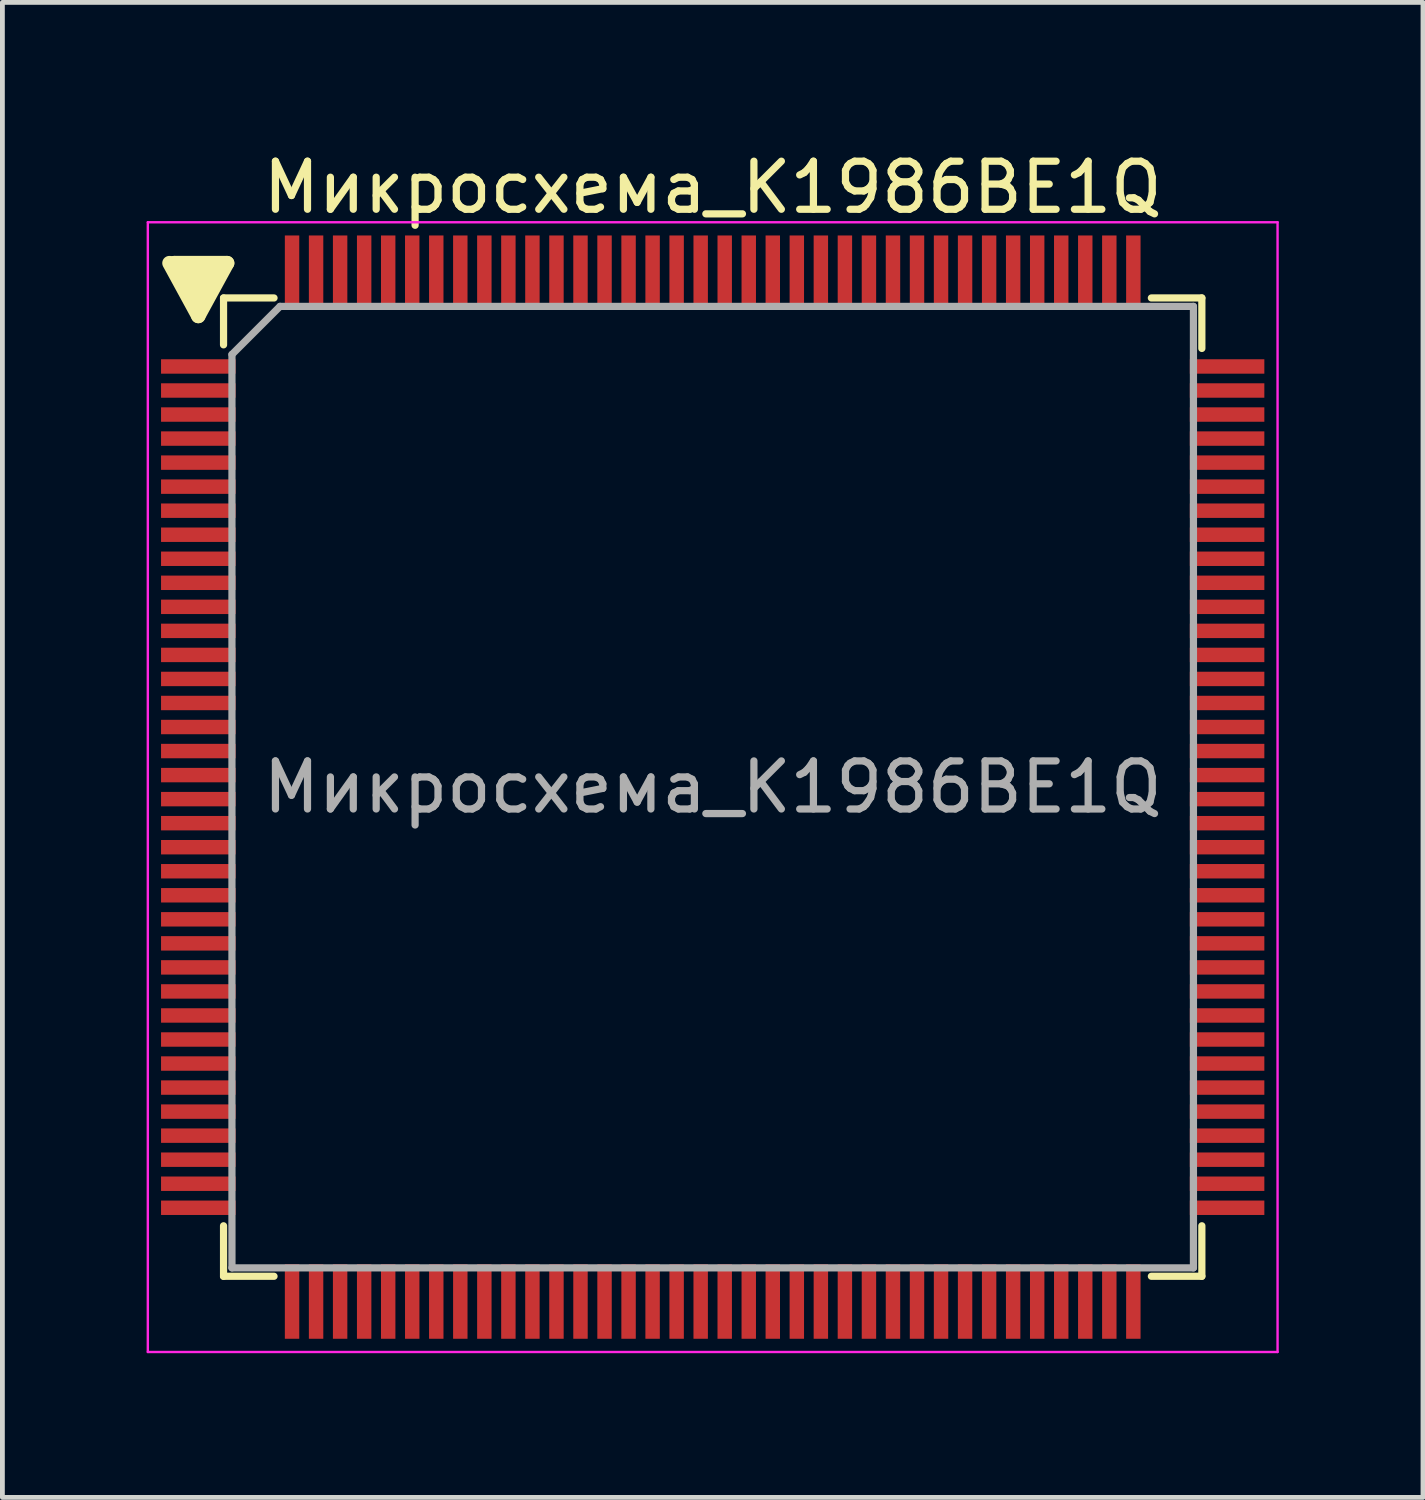
<source format=kicad_pcb>
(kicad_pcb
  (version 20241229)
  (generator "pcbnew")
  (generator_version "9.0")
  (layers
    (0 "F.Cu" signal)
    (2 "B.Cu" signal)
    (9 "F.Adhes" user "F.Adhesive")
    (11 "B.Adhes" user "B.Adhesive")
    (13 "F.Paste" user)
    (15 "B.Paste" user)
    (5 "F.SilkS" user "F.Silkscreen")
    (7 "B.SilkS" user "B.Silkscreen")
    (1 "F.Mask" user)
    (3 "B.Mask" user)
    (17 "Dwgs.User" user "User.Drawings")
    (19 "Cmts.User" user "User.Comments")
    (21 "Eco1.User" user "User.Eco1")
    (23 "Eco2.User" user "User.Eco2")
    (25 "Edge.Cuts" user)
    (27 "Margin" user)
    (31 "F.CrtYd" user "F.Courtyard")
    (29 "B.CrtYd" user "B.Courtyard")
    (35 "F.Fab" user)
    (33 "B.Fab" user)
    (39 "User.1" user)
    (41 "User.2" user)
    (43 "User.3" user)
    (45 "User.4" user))
  (footprint "Микросхема_К1986ВЕ1Q"
    (layer "F.Cu")
    (at 11.775 13.323)
    (property "Reference" "Микросхема_К1986ВЕ1Q" (at 0 -12.475 0) (layer "F.SilkS") (effects (font (size 1 1) (thickness 0.15))))
    (attr smd)
    (fp_line (start -11.3 -10.9) (end -10.7 -9.8) (stroke (width 0.3) (type solid)) (layer "F.SilkS"))
    (fp_line (start -11.2 -10.9) (end -10.7 -10.1) (stroke (width 0.3) (type solid)) (layer "F.SilkS"))
    (fp_line (start -10.9 -10.7) (end -10.6 -10.4) (stroke (width 0.3) (type solid)) (layer "F.SilkS"))
    (fp_line (start -10.7 -10.1) (end -10.4 -10.7) (stroke (width 0.3) (type solid)) (layer "F.SilkS"))
    (fp_line (start -10.7 -9.8) (end -10.1 -10.9) (stroke (width 0.3) (type solid)) (layer "F.SilkS"))
    (fp_line (start -10.4 -10.7) (end -10.9 -10.7) (stroke (width 0.3) (type solid)) (layer "F.SilkS"))
    (fp_line (start -10.175 -10.175) (end -10.175 -9.2) (stroke (width 0.15) (type solid)) (layer "F.SilkS"))
    (fp_line (start -10.175 -10.175) (end -9.125 -10.175) (stroke (width 0.15) (type solid)) (layer "F.SilkS"))
    (fp_line (start -10.175 10.175) (end -10.175 9.125) (stroke (width 0.15) (type solid)) (layer "F.SilkS"))
    (fp_line (start -10.175 10.175) (end -9.125 10.175) (stroke (width 0.15) (type solid)) (layer "F.SilkS"))
    (fp_line (start -10.1 -10.9) (end -11.2 -10.9) (stroke (width 0.3) (type solid)) (layer "F.SilkS"))
    (fp_line (start 10.175 -10.175) (end 9.125 -10.175) (stroke (width 0.15) (type solid)) (layer "F.SilkS"))
    (fp_line (start 10.175 -10.175) (end 10.175 -9.125) (stroke (width 0.15) (type solid)) (layer "F.SilkS"))
    (fp_line (start 10.175 10.175) (end 9.125 10.175) (stroke (width 0.15) (type solid)) (layer "F.SilkS"))
    (fp_line (start 10.175 10.175) (end 10.175 9.125) (stroke (width 0.15) (type solid)) (layer "F.SilkS"))
    (fp_line (start -11.75 -11.75) (end -11.75 11.75) (stroke (width 0.05) (type solid)) (layer "F.CrtYd"))
    (fp_line (start -11.75 -11.75) (end 11.75 -11.75) (stroke (width 0.05) (type solid)) (layer "F.CrtYd"))
    (fp_line (start -11.75 11.75) (end 11.75 11.75) (stroke (width 0.05) (type solid)) (layer "F.CrtYd"))
    (fp_line (start 11.75 -11.75) (end 11.75 11.75) (stroke (width 0.05) (type solid)) (layer "F.CrtYd"))
    (fp_line (start -10 -9) (end -9 -10) (stroke (width 0.15) (type solid)) (layer "F.Fab"))
    (fp_line (start -10 10) (end -10 -9) (stroke (width 0.15) (type solid)) (layer "F.Fab"))
    (fp_line (start -9 -10) (end 10 -10) (stroke (width 0.15) (type solid)) (layer "F.Fab"))
    (fp_line (start 10 -10) (end 10 10) (stroke (width 0.15) (type solid)) (layer "F.Fab"))
    (fp_line (start 10 10) (end -10 10) (stroke (width 0.15) (type solid)) (layer "F.Fab"))
    (fp_text user "${REFERENCE}" (at 0 0 0) (layer "F.Fab") (effects (font (size 1 1) (thickness 0.15))))
    (pad "1" smd rect (at -10.7 -8.75) (size 1.55 0.3) (layers "F.Cu" "F.Mask" "F.Paste"))
    (pad "2" smd rect (at -10.7 -8.25) (size 1.55 0.3) (layers "F.Cu" "F.Mask" "F.Paste"))
    (pad "3" smd rect (at -10.7 -7.75) (size 1.55 0.3) (layers "F.Cu" "F.Mask" "F.Paste"))
    (pad "4" smd rect (at -10.7 -7.25) (size 1.55 0.3) (layers "F.Cu" "F.Mask" "F.Paste"))
    (pad "5" smd rect (at -10.7 -6.75) (size 1.55 0.3) (layers "F.Cu" "F.Mask" "F.Paste"))
    (pad "6" smd rect (at -10.7 -6.25) (size 1.55 0.3) (layers "F.Cu" "F.Mask" "F.Paste"))
    (pad "7" smd rect (at -10.7 -5.75) (size 1.55 0.3) (layers "F.Cu" "F.Mask" "F.Paste"))
    (pad "8" smd rect (at -10.7 -5.25) (size 1.55 0.3) (layers "F.Cu" "F.Mask" "F.Paste"))
    (pad "9" smd rect (at -10.7 -4.75) (size 1.55 0.3) (layers "F.Cu" "F.Mask" "F.Paste"))
    (pad "10" smd rect (at -10.7 -4.25) (size 1.55 0.3) (layers "F.Cu" "F.Mask" "F.Paste"))
    (pad "11" smd rect (at -10.7 -3.75) (size 1.55 0.3) (layers "F.Cu" "F.Mask" "F.Paste"))
    (pad "12" smd rect (at -10.7 -3.25) (size 1.55 0.3) (layers "F.Cu" "F.Mask" "F.Paste"))
    (pad "13" smd rect (at -10.7 -2.75) (size 1.55 0.3) (layers "F.Cu" "F.Mask" "F.Paste"))
    (pad "14" smd rect (at -10.7 -2.25) (size 1.55 0.3) (layers "F.Cu" "F.Mask" "F.Paste"))
    (pad "15" smd rect (at -10.7 -1.75) (size 1.55 0.3) (layers "F.Cu" "F.Mask" "F.Paste"))
    (pad "16" smd rect (at -10.7 -1.25) (size 1.55 0.3) (layers "F.Cu" "F.Mask" "F.Paste"))
    (pad "17" smd rect (at -10.7 -0.75) (size 1.55 0.3) (layers "F.Cu" "F.Mask" "F.Paste"))
    (pad "18" smd rect (at -10.7 -0.25) (size 1.55 0.3) (layers "F.Cu" "F.Mask" "F.Paste"))
    (pad "19" smd rect (at -10.7 0.25) (size 1.55 0.3) (layers "F.Cu" "F.Mask" "F.Paste"))
    (pad "20" smd rect (at -10.7 0.75) (size 1.55 0.3) (layers "F.Cu" "F.Mask" "F.Paste"))
    (pad "21" smd rect (at -10.7 1.25) (size 1.55 0.3) (layers "F.Cu" "F.Mask" "F.Paste"))
    (pad "22" smd rect (at -10.7 1.75) (size 1.55 0.3) (layers "F.Cu" "F.Mask" "F.Paste"))
    (pad "23" smd rect (at -10.7 2.25) (size 1.55 0.3) (layers "F.Cu" "F.Mask" "F.Paste"))
    (pad "24" smd rect (at -10.7 2.75) (size 1.55 0.3) (layers "F.Cu" "F.Mask" "F.Paste"))
    (pad "25" smd rect (at -10.7 3.25) (size 1.55 0.3) (layers "F.Cu" "F.Mask" "F.Paste"))
    (pad "26" smd rect (at -10.7 3.75) (size 1.55 0.3) (layers "F.Cu" "F.Mask" "F.Paste"))
    (pad "27" smd rect (at -10.7 4.25) (size 1.55 0.3) (layers "F.Cu" "F.Mask" "F.Paste"))
    (pad "28" smd rect (at -10.7 4.75) (size 1.55 0.3) (layers "F.Cu" "F.Mask" "F.Paste"))
    (pad "29" smd rect (at -10.7 5.25) (size 1.55 0.3) (layers "F.Cu" "F.Mask" "F.Paste"))
    (pad "30" smd rect (at -10.7 5.75) (size 1.55 0.3) (layers "F.Cu" "F.Mask" "F.Paste"))
    (pad "31" smd rect (at -10.7 6.25) (size 1.55 0.3) (layers "F.Cu" "F.Mask" "F.Paste"))
    (pad "32" smd rect (at -10.7 6.75) (size 1.55 0.3) (layers "F.Cu" "F.Mask" "F.Paste"))
    (pad "33" smd rect (at -10.7 7.25) (size 1.55 0.3) (layers "F.Cu" "F.Mask" "F.Paste"))
    (pad "34" smd rect (at -10.7 7.75) (size 1.55 0.3) (layers "F.Cu" "F.Mask" "F.Paste"))
    (pad "35" smd rect (at -10.7 8.25) (size 1.55 0.3) (layers "F.Cu" "F.Mask" "F.Paste"))
    (pad "36" smd rect (at -10.7 8.75) (size 1.55 0.3) (layers "F.Cu" "F.Mask" "F.Paste"))
    (pad "37" smd rect (at -8.75 10.7 90) (size 1.55 0.3) (layers "F.Cu" "F.Mask" "F.Paste"))
    (pad "38" smd rect (at -8.25 10.7 90) (size 1.55 0.3) (layers "F.Cu" "F.Mask" "F.Paste"))
    (pad "39" smd rect (at -7.75 10.7 90) (size 1.55 0.3) (layers "F.Cu" "F.Mask" "F.Paste"))
    (pad "40" smd rect (at -7.25 10.7 90) (size 1.55 0.3) (layers "F.Cu" "F.Mask" "F.Paste"))
    (pad "41" smd rect (at -6.75 10.7 90) (size 1.55 0.3) (layers "F.Cu" "F.Mask" "F.Paste"))
    (pad "42" smd rect (at -6.25 10.7 90) (size 1.55 0.3) (layers "F.Cu" "F.Mask" "F.Paste"))
    (pad "43" smd rect (at -5.75 10.7 90) (size 1.55 0.3) (layers "F.Cu" "F.Mask" "F.Paste"))
    (pad "44" smd rect (at -5.25 10.7 90) (size 1.55 0.3) (layers "F.Cu" "F.Mask" "F.Paste"))
    (pad "45" smd rect (at -4.75 10.7 90) (size 1.55 0.3) (layers "F.Cu" "F.Mask" "F.Paste"))
    (pad "46" smd rect (at -4.25 10.7 90) (size 1.55 0.3) (layers "F.Cu" "F.Mask" "F.Paste"))
    (pad "47" smd rect (at -3.75 10.7 90) (size 1.55 0.3) (layers "F.Cu" "F.Mask" "F.Paste"))
    (pad "48" smd rect (at -3.25 10.7 90) (size 1.55 0.3) (layers "F.Cu" "F.Mask" "F.Paste"))
    (pad "49" smd rect (at -2.75 10.7 90) (size 1.55 0.3) (layers "F.Cu" "F.Mask" "F.Paste"))
    (pad "50" smd rect (at -2.25 10.7 90) (size 1.55 0.3) (layers "F.Cu" "F.Mask" "F.Paste"))
    (pad "51" smd rect (at -1.75 10.7 90) (size 1.55 0.3) (layers "F.Cu" "F.Mask" "F.Paste"))
    (pad "52" smd rect (at -1.25 10.7 90) (size 1.55 0.3) (layers "F.Cu" "F.Mask" "F.Paste"))
    (pad "53" smd rect (at -0.75 10.7 90) (size 1.55 0.3) (layers "F.Cu" "F.Mask" "F.Paste"))
    (pad "54" smd rect (at -0.25 10.7 90) (size 1.55 0.3) (layers "F.Cu" "F.Mask" "F.Paste"))
    (pad "55" smd rect (at 0.25 10.7 90) (size 1.55 0.3) (layers "F.Cu" "F.Mask" "F.Paste"))
    (pad "56" smd rect (at 0.75 10.7 90) (size 1.55 0.3) (layers "F.Cu" "F.Mask" "F.Paste"))
    (pad "57" smd rect (at 1.25 10.7 90) (size 1.55 0.3) (layers "F.Cu" "F.Mask" "F.Paste"))
    (pad "58" smd rect (at 1.75 10.7 90) (size 1.55 0.3) (layers "F.Cu" "F.Mask" "F.Paste"))
    (pad "59" smd rect (at 2.25 10.7 90) (size 1.55 0.3) (layers "F.Cu" "F.Mask" "F.Paste"))
    (pad "60" smd rect (at 2.75 10.7 90) (size 1.55 0.3) (layers "F.Cu" "F.Mask" "F.Paste"))
    (pad "61" smd rect (at 3.25 10.7 90) (size 1.55 0.3) (layers "F.Cu" "F.Mask" "F.Paste"))
    (pad "62" smd rect (at 3.75 10.7 90) (size 1.55 0.3) (layers "F.Cu" "F.Mask" "F.Paste"))
    (pad "63" smd rect (at 4.25 10.7 90) (size 1.55 0.3) (layers "F.Cu" "F.Mask" "F.Paste"))
    (pad "64" smd rect (at 4.75 10.7 90) (size 1.55 0.3) (layers "F.Cu" "F.Mask" "F.Paste"))
    (pad "65" smd rect (at 5.25 10.7 90) (size 1.55 0.3) (layers "F.Cu" "F.Mask" "F.Paste"))
    (pad "66" smd rect (at 5.75 10.7 90) (size 1.55 0.3) (layers "F.Cu" "F.Mask" "F.Paste"))
    (pad "67" smd rect (at 6.25 10.7 90) (size 1.55 0.3) (layers "F.Cu" "F.Mask" "F.Paste"))
    (pad "68" smd rect (at 6.75 10.7 90) (size 1.55 0.3) (layers "F.Cu" "F.Mask" "F.Paste"))
    (pad "69" smd rect (at 7.25 10.7 90) (size 1.55 0.3) (layers "F.Cu" "F.Mask" "F.Paste"))
    (pad "70" smd rect (at 7.75 10.7 90) (size 1.55 0.3) (layers "F.Cu" "F.Mask" "F.Paste"))
    (pad "71" smd rect (at 8.25 10.7 90) (size 1.55 0.3) (layers "F.Cu" "F.Mask" "F.Paste"))
    (pad "72" smd rect (at 8.75 10.7 90) (size 1.55 0.3) (layers "F.Cu" "F.Mask" "F.Paste"))
    (pad "73" smd rect (at 10.7 8.75) (size 1.55 0.3) (layers "F.Cu" "F.Mask" "F.Paste"))
    (pad "74" smd rect (at 10.7 8.25) (size 1.55 0.3) (layers "F.Cu" "F.Mask" "F.Paste"))
    (pad "75" smd rect (at 10.7 7.75) (size 1.55 0.3) (layers "F.Cu" "F.Mask" "F.Paste"))
    (pad "76" smd rect (at 10.7 7.25) (size 1.55 0.3) (layers "F.Cu" "F.Mask" "F.Paste"))
    (pad "77" smd rect (at 10.7 6.75) (size 1.55 0.3) (layers "F.Cu" "F.Mask" "F.Paste"))
    (pad "78" smd rect (at 10.7 6.25) (size 1.55 0.3) (layers "F.Cu" "F.Mask" "F.Paste"))
    (pad "79" smd rect (at 10.7 5.75) (size 1.55 0.3) (layers "F.Cu" "F.Mask" "F.Paste"))
    (pad "80" smd rect (at 10.7 5.25) (size 1.55 0.3) (layers "F.Cu" "F.Mask" "F.Paste"))
    (pad "81" smd rect (at 10.7 4.75) (size 1.55 0.3) (layers "F.Cu" "F.Mask" "F.Paste"))
    (pad "82" smd rect (at 10.7 4.25) (size 1.55 0.3) (layers "F.Cu" "F.Mask" "F.Paste"))
    (pad "83" smd rect (at 10.7 3.75) (size 1.55 0.3) (layers "F.Cu" "F.Mask" "F.Paste"))
    (pad "84" smd rect (at 10.7 3.25) (size 1.55 0.3) (layers "F.Cu" "F.Mask" "F.Paste"))
    (pad "85" smd rect (at 10.7 2.75) (size 1.55 0.3) (layers "F.Cu" "F.Mask" "F.Paste"))
    (pad "86" smd rect (at 10.7 2.25) (size 1.55 0.3) (layers "F.Cu" "F.Mask" "F.Paste"))
    (pad "87" smd rect (at 10.7 1.75) (size 1.55 0.3) (layers "F.Cu" "F.Mask" "F.Paste"))
    (pad "88" smd rect (at 10.7 1.25) (size 1.55 0.3) (layers "F.Cu" "F.Mask" "F.Paste"))
    (pad "89" smd rect (at 10.7 0.75) (size 1.55 0.3) (layers "F.Cu" "F.Mask" "F.Paste"))
    (pad "90" smd rect (at 10.7 0.25) (size 1.55 0.3) (layers "F.Cu" "F.Mask" "F.Paste"))
    (pad "91" smd rect (at 10.7 -0.25) (size 1.55 0.3) (layers "F.Cu" "F.Mask" "F.Paste"))
    (pad "92" smd rect (at 10.7 -0.75) (size 1.55 0.3) (layers "F.Cu" "F.Mask" "F.Paste"))
    (pad "93" smd rect (at 10.7 -1.25) (size 1.55 0.3) (layers "F.Cu" "F.Mask" "F.Paste"))
    (pad "94" smd rect (at 10.7 -1.75) (size 1.55 0.3) (layers "F.Cu" "F.Mask" "F.Paste"))
    (pad "95" smd rect (at 10.7 -2.25) (size 1.55 0.3) (layers "F.Cu" "F.Mask" "F.Paste"))
    (pad "96" smd rect (at 10.7 -2.75) (size 1.55 0.3) (layers "F.Cu" "F.Mask" "F.Paste"))
    (pad "97" smd rect (at 10.7 -3.25) (size 1.55 0.3) (layers "F.Cu" "F.Mask" "F.Paste"))
    (pad "98" smd rect (at 10.7 -3.75) (size 1.55 0.3) (layers "F.Cu" "F.Mask" "F.Paste"))
    (pad "99" smd rect (at 10.7 -4.25) (size 1.55 0.3) (layers "F.Cu" "F.Mask" "F.Paste"))
    (pad "100" smd rect (at 10.7 -4.75) (size 1.55 0.3) (layers "F.Cu" "F.Mask" "F.Paste"))
    (pad "101" smd rect (at 10.7 -5.25) (size 1.55 0.3) (layers "F.Cu" "F.Mask" "F.Paste"))
    (pad "102" smd rect (at 10.7 -5.75) (size 1.55 0.3) (layers "F.Cu" "F.Mask" "F.Paste"))
    (pad "103" smd rect (at 10.7 -6.25) (size 1.55 0.3) (layers "F.Cu" "F.Mask" "F.Paste"))
    (pad "104" smd rect (at 10.7 -6.75) (size 1.55 0.3) (layers "F.Cu" "F.Mask" "F.Paste"))
    (pad "105" smd rect (at 10.7 -7.25) (size 1.55 0.3) (layers "F.Cu" "F.Mask" "F.Paste"))
    (pad "106" smd rect (at 10.7 -7.75) (size 1.55 0.3) (layers "F.Cu" "F.Mask" "F.Paste"))
    (pad "107" smd rect (at 10.7 -8.25) (size 1.55 0.3) (layers "F.Cu" "F.Mask" "F.Paste"))
    (pad "108" smd rect (at 10.7 -8.75) (size 1.55 0.3) (layers "F.Cu" "F.Mask" "F.Paste"))
    (pad "109" smd rect (at 8.75 -10.7 90) (size 1.55 0.3) (layers "F.Cu" "F.Mask" "F.Paste"))
    (pad "110" smd rect (at 8.25 -10.7 90) (size 1.55 0.3) (layers "F.Cu" "F.Mask" "F.Paste"))
    (pad "111" smd rect (at 7.75 -10.7 90) (size 1.55 0.3) (layers "F.Cu" "F.Mask" "F.Paste"))
    (pad "112" smd rect (at 7.25 -10.7 90) (size 1.55 0.3) (layers "F.Cu" "F.Mask" "F.Paste"))
    (pad "113" smd rect (at 6.75 -10.7 90) (size 1.55 0.3) (layers "F.Cu" "F.Mask" "F.Paste"))
    (pad "114" smd rect (at 6.25 -10.7 90) (size 1.55 0.3) (layers "F.Cu" "F.Mask" "F.Paste"))
    (pad "115" smd rect (at 5.75 -10.7 90) (size 1.55 0.3) (layers "F.Cu" "F.Mask" "F.Paste"))
    (pad "116" smd rect (at 5.25 -10.7 90) (size 1.55 0.3) (layers "F.Cu" "F.Mask" "F.Paste"))
    (pad "117" smd rect (at 4.75 -10.7 90) (size 1.55 0.3) (layers "F.Cu" "F.Mask" "F.Paste"))
    (pad "118" smd rect (at 4.25 -10.7 90) (size 1.55 0.3) (layers "F.Cu" "F.Mask" "F.Paste"))
    (pad "119" smd rect (at 3.75 -10.7 90) (size 1.55 0.3) (layers "F.Cu" "F.Mask" "F.Paste"))
    (pad "120" smd rect (at 3.25 -10.7 90) (size 1.55 0.3) (layers "F.Cu" "F.Mask" "F.Paste"))
    (pad "121" smd rect (at 2.75 -10.7 90) (size 1.55 0.3) (layers "F.Cu" "F.Mask" "F.Paste"))
    (pad "122" smd rect (at 2.25 -10.7 90) (size 1.55 0.3) (layers "F.Cu" "F.Mask" "F.Paste"))
    (pad "123" smd rect (at 1.75 -10.7 90) (size 1.55 0.3) (layers "F.Cu" "F.Mask" "F.Paste"))
    (pad "124" smd rect (at 1.25 -10.7 90) (size 1.55 0.3) (layers "F.Cu" "F.Mask" "F.Paste"))
    (pad "125" smd rect (at 0.75 -10.7 90) (size 1.55 0.3) (layers "F.Cu" "F.Mask" "F.Paste"))
    (pad "126" smd rect (at 0.25 -10.7 90) (size 1.55 0.3) (layers "F.Cu" "F.Mask" "F.Paste"))
    (pad "127" smd rect (at -0.25 -10.7 90) (size 1.55 0.3) (layers "F.Cu" "F.Mask" "F.Paste"))
    (pad "128" smd rect (at -0.75 -10.7 90) (size 1.55 0.3) (layers "F.Cu" "F.Mask" "F.Paste"))
    (pad "129" smd rect (at -1.25 -10.7 90) (size 1.55 0.3) (layers "F.Cu" "F.Mask" "F.Paste"))
    (pad "130" smd rect (at -1.75 -10.7 90) (size 1.55 0.3) (layers "F.Cu" "F.Mask" "F.Paste"))
    (pad "131" smd rect (at -2.25 -10.7 90) (size 1.55 0.3) (layers "F.Cu" "F.Mask" "F.Paste"))
    (pad "132" smd rect (at -2.75 -10.7 90) (size 1.55 0.3) (layers "F.Cu" "F.Mask" "F.Paste"))
    (pad "133" smd rect (at -3.25 -10.7 90) (size 1.55 0.3) (layers "F.Cu" "F.Mask" "F.Paste"))
    (pad "134" smd rect (at -3.75 -10.7 90) (size 1.55 0.3) (layers "F.Cu" "F.Mask" "F.Paste"))
    (pad "135" smd rect (at -4.25 -10.7 90) (size 1.55 0.3) (layers "F.Cu" "F.Mask" "F.Paste"))
    (pad "136" smd rect (at -4.75 -10.7 90) (size 1.55 0.3) (layers "F.Cu" "F.Mask" "F.Paste"))
    (pad "137" smd rect (at -5.25 -10.7 90) (size 1.55 0.3) (layers "F.Cu" "F.Mask" "F.Paste"))
    (pad "138" smd rect (at -5.75 -10.7 90) (size 1.55 0.3) (layers "F.Cu" "F.Mask" "F.Paste"))
    (pad "139" smd rect (at -6.25 -10.7 90) (size 1.55 0.3) (layers "F.Cu" "F.Mask" "F.Paste"))
    (pad "140" smd rect (at -6.75 -10.7 90) (size 1.55 0.3) (layers "F.Cu" "F.Mask" "F.Paste"))
    (pad "141" smd rect (at -7.25 -10.7 90) (size 1.55 0.3) (layers "F.Cu" "F.Mask" "F.Paste"))
    (pad "142" smd rect (at -7.75 -10.7 90) (size 1.55 0.3) (layers "F.Cu" "F.Mask" "F.Paste"))
    (pad "143" smd rect (at -8.25 -10.7 90) (size 1.55 0.3) (layers "F.Cu" "F.Mask" "F.Paste"))
    (pad "144" smd rect (at -8.75 -10.7 90) (size 1.55 0.3) (layers "F.Cu" "F.Mask" "F.Paste")))
  (gr_rect
    (start -3 -3)
    (end 26.55 28.098)
    (stroke (width 0.1) (type default))
    (fill no)
    (layer "Edge.Cuts")))
</source>
